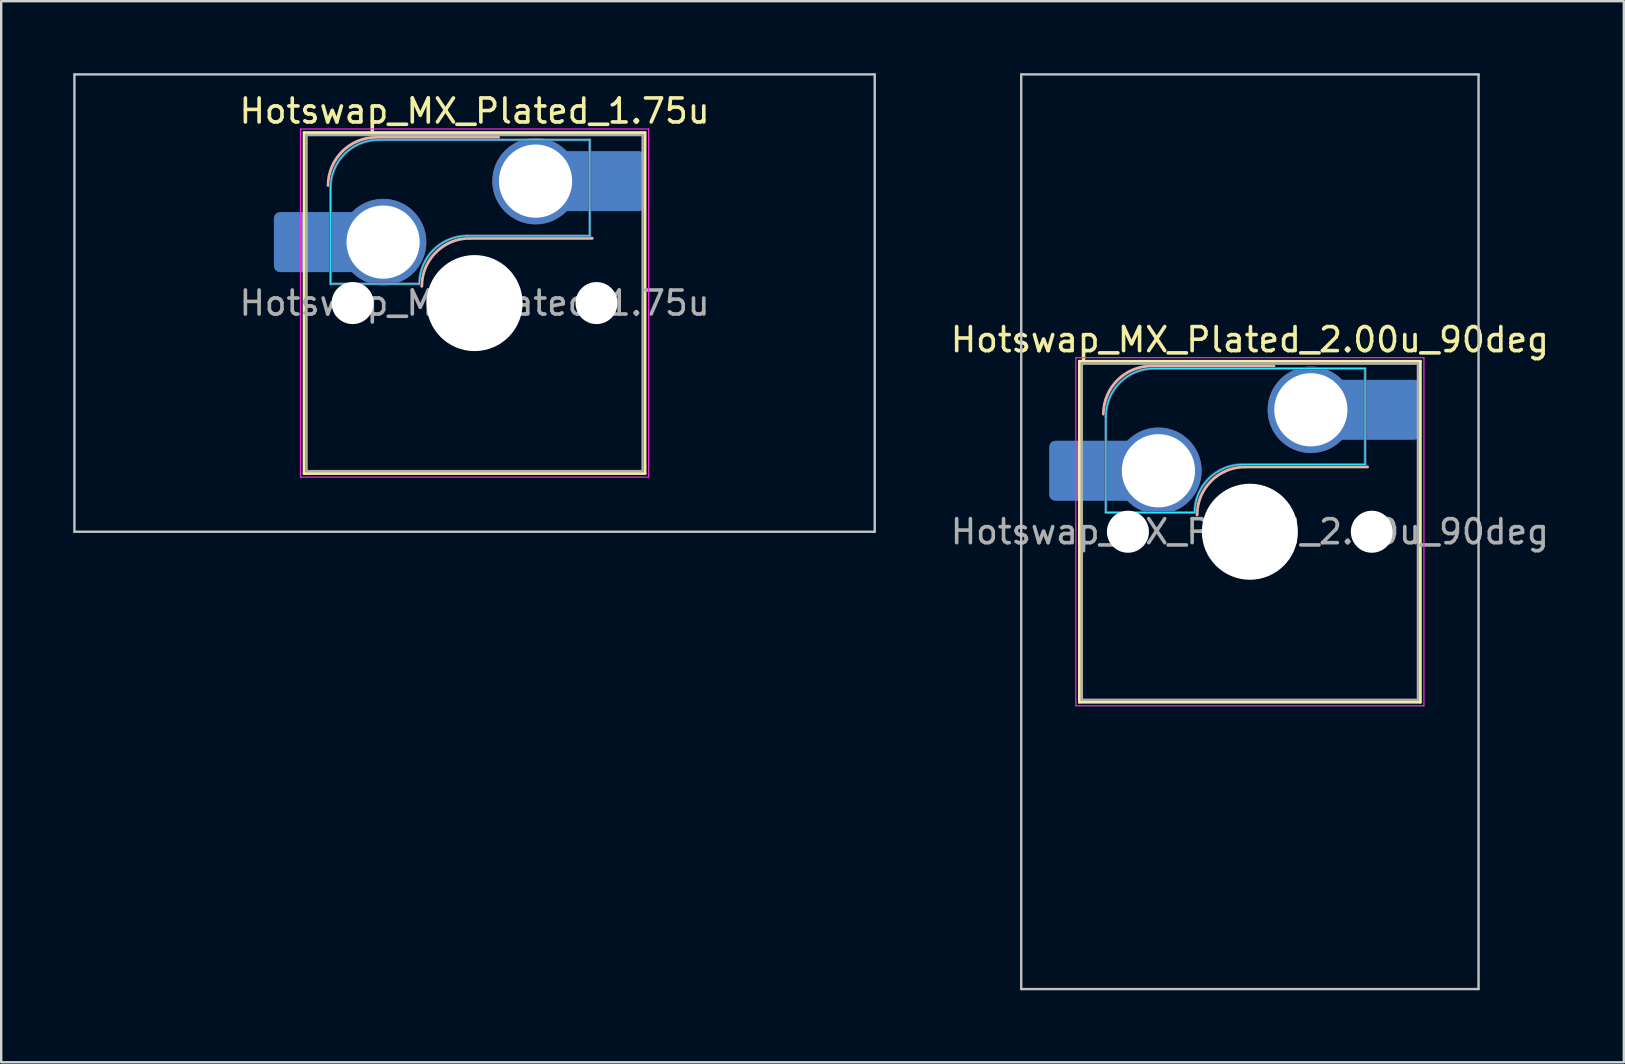
<source format=kicad_pcb>
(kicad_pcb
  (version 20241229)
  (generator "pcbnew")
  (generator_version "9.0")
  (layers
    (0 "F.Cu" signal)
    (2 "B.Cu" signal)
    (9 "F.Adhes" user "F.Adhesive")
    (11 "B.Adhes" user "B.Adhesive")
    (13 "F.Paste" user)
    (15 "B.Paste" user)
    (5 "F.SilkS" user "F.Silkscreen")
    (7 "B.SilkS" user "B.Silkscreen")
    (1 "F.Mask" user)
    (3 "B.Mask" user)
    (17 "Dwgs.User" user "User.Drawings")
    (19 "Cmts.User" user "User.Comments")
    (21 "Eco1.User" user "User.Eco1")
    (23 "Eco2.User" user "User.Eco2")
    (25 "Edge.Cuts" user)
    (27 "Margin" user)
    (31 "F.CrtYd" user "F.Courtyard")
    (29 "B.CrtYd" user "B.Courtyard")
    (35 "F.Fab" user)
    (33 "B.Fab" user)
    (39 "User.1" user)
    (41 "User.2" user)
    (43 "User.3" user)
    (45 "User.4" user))
  (footprint "Hotswap_MX_Plated_2.00u_90deg"
    (layer "F.Cu")
    (at 49.015 19.1)
    (property "Reference" "Hotswap_MX_Plated_2.00u_90deg" (at 0 -8 0) (layer "F.SilkS") (effects (font (size 1 1) (thickness 0.15))))
    (attr smd)
    (fp_line (start -7.1 -7.1) (end -7.1 7.1) (stroke (width 0.12) (type solid)) (layer "F.SilkS"))
    (fp_line (start -7.1 7.1) (end 7.1 7.1) (stroke (width 0.12) (type solid)) (layer "F.SilkS"))
    (fp_line (start 7.1 -7.1) (end -7.1 -7.1) (stroke (width 0.12) (type solid)) (layer "F.SilkS"))
    (fp_line (start 7.1 7.1) (end 7.1 -7.1) (stroke (width 0.12) (type solid)) (layer "F.SilkS"))
    (fp_line (start -4.1 -6.9) (end 1 -6.9) (stroke (width 0.12) (type solid)) (layer "B.SilkS"))
    (fp_line (start -0.2 -2.7) (end 4.9 -2.7) (stroke (width 0.12) (type solid)) (layer "B.SilkS"))
    (fp_arc (start -6.1 -4.9) (mid -5.514214 -6.314214) (end -4.1 -6.9) (stroke (width 0.12) (type solid)) (layer "B.SilkS"))
    (fp_arc (start -2.2 -0.7) (mid -1.614214 -2.114214) (end -0.2 -2.7) (stroke (width 0.12) (type solid)) (layer "B.SilkS"))
    (fp_line (start -9.525 -19.05) (end 9.525 -19.05) (stroke (width 0.1) (type solid)) (layer "Dwgs.User"))
    (fp_line (start -9.525 19.05) (end -9.525 -19.05) (stroke (width 0.1) (type solid)) (layer "Dwgs.User"))
    (fp_line (start 9.525 -19.05) (end 9.525 19.05) (stroke (width 0.1) (type solid)) (layer "Dwgs.User"))
    (fp_line (start 9.525 19.05) (end -9.525 19.05) (stroke (width 0.1) (type solid)) (layer "Dwgs.User"))
    (fp_line (start -7.8 -6) (end -7 -6) (stroke (width 0.1) (type solid)) (layer "Eco1.User"))
    (fp_line (start -7.8 -2.9) (end -7.8 -6) (stroke (width 0.1) (type solid)) (layer "Eco1.User"))
    (fp_line (start -7.8 2.9) (end -7 2.9) (stroke (width 0.1) (type solid)) (layer "Eco1.User"))
    (fp_line (start -7.8 6) (end -7.8 2.9) (stroke (width 0.1) (type solid)) (layer "Eco1.User"))
    (fp_line (start -7 -7) (end 7 -7) (stroke (width 0.1) (type solid)) (layer "Eco1.User"))
    (fp_line (start -7 -6) (end -7 -7) (stroke (width 0.1) (type solid)) (layer "Eco1.User"))
    (fp_line (start -7 -2.9) (end -7.8 -2.9) (stroke (width 0.1) (type solid)) (layer "Eco1.User"))
    (fp_line (start -7 2.9) (end -7 -2.9) (stroke (width 0.1) (type solid)) (layer "Eco1.User"))
    (fp_line (start -7 6) (end -7.8 6) (stroke (width 0.1) (type solid)) (layer "Eco1.User"))
    (fp_line (start -7 7) (end -7 6) (stroke (width 0.1) (type solid)) (layer "Eco1.User"))
    (fp_line (start 7 -7) (end 7 -6) (stroke (width 0.1) (type solid)) (layer "Eco1.User"))
    (fp_line (start 7 -6) (end 7.8 -6) (stroke (width 0.1) (type solid)) (layer "Eco1.User"))
    (fp_line (start 7 -2.9) (end 7 2.9) (stroke (width 0.1) (type solid)) (layer "Eco1.User"))
    (fp_line (start 7 2.9) (end 7.8 2.9) (stroke (width 0.1) (type solid)) (layer "Eco1.User"))
    (fp_line (start 7 6) (end 7 7) (stroke (width 0.1) (type solid)) (layer "Eco1.User"))
    (fp_line (start 7 7) (end -7 7) (stroke (width 0.1) (type solid)) (layer "Eco1.User"))
    (fp_line (start 7.8 -6) (end 7.8 -2.9) (stroke (width 0.1) (type solid)) (layer "Eco1.User"))
    (fp_line (start 7.8 -2.9) (end 7 -2.9) (stroke (width 0.1) (type solid)) (layer "Eco1.User"))
    (fp_line (start 7.8 2.9) (end 7.8 6) (stroke (width 0.1) (type solid)) (layer "Eco1.User"))
    (fp_line (start 7.8 6) (end 7 6) (stroke (width 0.1) (type solid)) (layer "Eco1.User"))
    (fp_line (start -6 -0.8) (end -6 -4.8) (stroke (width 0.05) (type solid)) (layer "B.CrtYd"))
    (fp_line (start -6 -0.8) (end -2.3 -0.8) (stroke (width 0.05) (type solid)) (layer "B.CrtYd"))
    (fp_line (start -4 -6.8) (end 4.8 -6.8) (stroke (width 0.05) (type solid)) (layer "B.CrtYd"))
    (fp_line (start -0.3 -2.8) (end 4.8 -2.8) (stroke (width 0.05) (type solid)) (layer "B.CrtYd"))
    (fp_line (start 4.8 -6.8) (end 4.8 -2.8) (stroke (width 0.05) (type solid)) (layer "B.CrtYd"))
    (fp_arc (start -6 -4.8) (mid -5.414214 -6.214214) (end -4 -6.8) (stroke (width 0.05) (type solid)) (layer "B.CrtYd"))
    (fp_arc (start -2.3 -0.8) (mid -1.714214 -2.214214) (end -0.3 -2.8) (stroke (width 0.05) (type solid)) (layer "B.CrtYd"))
    (fp_line (start -7.25 -7.25) (end -7.25 7.25) (stroke (width 0.05) (type solid)) (layer "F.CrtYd"))
    (fp_line (start -7.25 7.25) (end 7.25 7.25) (stroke (width 0.05) (type solid)) (layer "F.CrtYd"))
    (fp_line (start 7.25 -7.25) (end -7.25 -7.25) (stroke (width 0.05) (type solid)) (layer "F.CrtYd"))
    (fp_line (start 7.25 7.25) (end 7.25 -7.25) (stroke (width 0.05) (type solid)) (layer "F.CrtYd"))
    (fp_line (start -6 -0.8) (end -6 -4.8) (stroke (width 0.12) (type solid)) (layer "B.Fab"))
    (fp_line (start -6 -0.8) (end -2.3 -0.8) (stroke (width 0.12) (type solid)) (layer "B.Fab"))
    (fp_line (start -4 -6.8) (end 4.8 -6.8) (stroke (width 0.12) (type solid)) (layer "B.Fab"))
    (fp_line (start -0.3 -2.8) (end 4.8 -2.8) (stroke (width 0.12) (type solid)) (layer "B.Fab"))
    (fp_line (start 4.8 -6.8) (end 4.8 -2.8) (stroke (width 0.12) (type solid)) (layer "B.Fab"))
    (fp_arc (start -6 -4.8) (mid -5.414214 -6.214214) (end -4 -6.8) (stroke (width 0.12) (type solid)) (layer "B.Fab"))
    (fp_arc (start -2.3 -0.8) (mid -1.714214 -2.214214) (end -0.3 -2.8) (stroke (width 0.12) (type solid)) (layer "B.Fab"))
    (fp_line (start -7 -7) (end -7 7) (stroke (width 0.1) (type solid)) (layer "F.Fab"))
    (fp_line (start -7 7) (end 7 7) (stroke (width 0.1) (type solid)) (layer "F.Fab"))
    (fp_line (start 7 -7) (end -7 -7) (stroke (width 0.1) (type solid)) (layer "F.Fab"))
    (fp_line (start 7 7) (end 7 -7) (stroke (width 0.1) (type solid)) (layer "F.Fab"))
    (fp_text user "${REFERENCE}" (at 0 0 0) (layer "F.Fab") (effects (font (size 1 1) (thickness 0.15))))
    (pad "" smd roundrect (at -7.085 -2.54) (size 2.55 2.5) (layers "B.Mask" "B.Paste") (roundrect_rratio 0.1))
    (pad "" np_thru_hole circle (at -5.08 0) (size 1.75 1.75) (drill 1.75) (layers "*.Cu" "*.Mask"))
    (pad "" np_thru_hole circle (at 0 0) (size 4 4) (drill 4) (layers "*.Cu" "*.Mask"))
    (pad "" np_thru_hole circle (at 5.08 0) (size 1.75 1.75) (drill 1.75) (layers "*.Cu" "*.Mask"))
    (pad "" smd roundrect (at 5.842 -5.08) (size 2.55 2.5) (layers "B.Mask" "B.Paste") (roundrect_rratio 0.1))
    (pad "1" smd roundrect (at -6.585 -2.54) (size 3.55 2.5) (layers "B.Cu") (roundrect_rratio 0.1))
    (pad "1" thru_hole circle (at -3.81 -2.54) (size 3.6 3.6) (drill 3.05) (layers "*.Cu" "*.Mask"))
    (pad "2" thru_hole circle (at 2.54 -5.08) (size 3.6 3.6) (drill 3.05) (layers "*.Cu" "*.Mask"))
    (pad "2" smd roundrect (at 5.32 -5.08) (size 3.55 2.5) (layers "B.Cu") (roundrect_rratio 0.1)))
  (footprint "Hotswap_MX_Plated_1.75u"
    (layer "F.Cu")
    (at 16.719 9.575)
    (property "Reference" "Hotswap_MX_Plated_1.75u" (at 0 -8 0) (layer "F.SilkS") (effects (font (size 1 1) (thickness 0.15))))
    (attr smd)
    (fp_line (start -7.1 -7.1) (end -7.1 7.1) (stroke (width 0.12) (type solid)) (layer "F.SilkS"))
    (fp_line (start -7.1 7.1) (end 7.1 7.1) (stroke (width 0.12) (type solid)) (layer "F.SilkS"))
    (fp_line (start 7.1 -7.1) (end -7.1 -7.1) (stroke (width 0.12) (type solid)) (layer "F.SilkS"))
    (fp_line (start 7.1 7.1) (end 7.1 -7.1) (stroke (width 0.12) (type solid)) (layer "F.SilkS"))
    (fp_line (start -4.1 -6.9) (end 1 -6.9) (stroke (width 0.12) (type solid)) (layer "B.SilkS"))
    (fp_line (start -0.2 -2.7) (end 4.9 -2.7) (stroke (width 0.12) (type solid)) (layer "B.SilkS"))
    (fp_arc (start -6.1 -4.9) (mid -5.514214 -6.314214) (end -4.1 -6.9) (stroke (width 0.12) (type solid)) (layer "B.SilkS"))
    (fp_arc (start -2.2 -0.7) (mid -1.614214 -2.114214) (end -0.2 -2.7) (stroke (width 0.12) (type solid)) (layer "B.SilkS"))
    (fp_line (start -16.669 -9.525) (end -16.669 9.525) (stroke (width 0.1) (type solid)) (layer "Dwgs.User"))
    (fp_line (start -16.669 9.525) (end 16.669 9.525) (stroke (width 0.1) (type solid)) (layer "Dwgs.User"))
    (fp_line (start 16.669 -9.525) (end -16.669 -9.525) (stroke (width 0.1) (type solid)) (layer "Dwgs.User"))
    (fp_line (start 16.669 9.525) (end 16.669 -9.525) (stroke (width 0.1) (type solid)) (layer "Dwgs.User"))
    (fp_line (start -7.8 -6) (end -7 -6) (stroke (width 0.1) (type solid)) (layer "Eco1.User"))
    (fp_line (start -7.8 -2.9) (end -7.8 -6) (stroke (width 0.1) (type solid)) (layer "Eco1.User"))
    (fp_line (start -7.8 2.9) (end -7 2.9) (stroke (width 0.1) (type solid)) (layer "Eco1.User"))
    (fp_line (start -7.8 6) (end -7.8 2.9) (stroke (width 0.1) (type solid)) (layer "Eco1.User"))
    (fp_line (start -7 -7) (end 7 -7) (stroke (width 0.1) (type solid)) (layer "Eco1.User"))
    (fp_line (start -7 -6) (end -7 -7) (stroke (width 0.1) (type solid)) (layer "Eco1.User"))
    (fp_line (start -7 -2.9) (end -7.8 -2.9) (stroke (width 0.1) (type solid)) (layer "Eco1.User"))
    (fp_line (start -7 2.9) (end -7 -2.9) (stroke (width 0.1) (type solid)) (layer "Eco1.User"))
    (fp_line (start -7 6) (end -7.8 6) (stroke (width 0.1) (type solid)) (layer "Eco1.User"))
    (fp_line (start -7 7) (end -7 6) (stroke (width 0.1) (type solid)) (layer "Eco1.User"))
    (fp_line (start 7 -7) (end 7 -6) (stroke (width 0.1) (type solid)) (layer "Eco1.User"))
    (fp_line (start 7 -6) (end 7.8 -6) (stroke (width 0.1) (type solid)) (layer "Eco1.User"))
    (fp_line (start 7 -2.9) (end 7 2.9) (stroke (width 0.1) (type solid)) (layer "Eco1.User"))
    (fp_line (start 7 2.9) (end 7.8 2.9) (stroke (width 0.1) (type solid)) (layer "Eco1.User"))
    (fp_line (start 7 6) (end 7 7) (stroke (width 0.1) (type solid)) (layer "Eco1.User"))
    (fp_line (start 7 7) (end -7 7) (stroke (width 0.1) (type solid)) (layer "Eco1.User"))
    (fp_line (start 7.8 -6) (end 7.8 -2.9) (stroke (width 0.1) (type solid)) (layer "Eco1.User"))
    (fp_line (start 7.8 -2.9) (end 7 -2.9) (stroke (width 0.1) (type solid)) (layer "Eco1.User"))
    (fp_line (start 7.8 2.9) (end 7.8 6) (stroke (width 0.1) (type solid)) (layer "Eco1.User"))
    (fp_line (start 7.8 6) (end 7 6) (stroke (width 0.1) (type solid)) (layer "Eco1.User"))
    (fp_line (start -6 -0.8) (end -6 -4.8) (stroke (width 0.05) (type solid)) (layer "B.CrtYd"))
    (fp_line (start -6 -0.8) (end -2.3 -0.8) (stroke (width 0.05) (type solid)) (layer "B.CrtYd"))
    (fp_line (start -4 -6.8) (end 4.8 -6.8) (stroke (width 0.05) (type solid)) (layer "B.CrtYd"))
    (fp_line (start -0.3 -2.8) (end 4.8 -2.8) (stroke (width 0.05) (type solid)) (layer "B.CrtYd"))
    (fp_line (start 4.8 -6.8) (end 4.8 -2.8) (stroke (width 0.05) (type solid)) (layer "B.CrtYd"))
    (fp_arc (start -6 -4.8) (mid -5.414214 -6.214214) (end -4 -6.8) (stroke (width 0.05) (type solid)) (layer "B.CrtYd"))
    (fp_arc (start -2.3 -0.8) (mid -1.714214 -2.214214) (end -0.3 -2.8) (stroke (width 0.05) (type solid)) (layer "B.CrtYd"))
    (fp_line (start -7.25 -7.25) (end -7.25 7.25) (stroke (width 0.05) (type solid)) (layer "F.CrtYd"))
    (fp_line (start -7.25 7.25) (end 7.25 7.25) (stroke (width 0.05) (type solid)) (layer "F.CrtYd"))
    (fp_line (start 7.25 -7.25) (end -7.25 -7.25) (stroke (width 0.05) (type solid)) (layer "F.CrtYd"))
    (fp_line (start 7.25 7.25) (end 7.25 -7.25) (stroke (width 0.05) (type solid)) (layer "F.CrtYd"))
    (fp_line (start -6 -0.8) (end -6 -4.8) (stroke (width 0.12) (type solid)) (layer "B.Fab"))
    (fp_line (start -6 -0.8) (end -2.3 -0.8) (stroke (width 0.12) (type solid)) (layer "B.Fab"))
    (fp_line (start -4 -6.8) (end 4.8 -6.8) (stroke (width 0.12) (type solid)) (layer "B.Fab"))
    (fp_line (start -0.3 -2.8) (end 4.8 -2.8) (stroke (width 0.12) (type solid)) (layer "B.Fab"))
    (fp_line (start 4.8 -6.8) (end 4.8 -2.8) (stroke (width 0.12) (type solid)) (layer "B.Fab"))
    (fp_arc (start -6 -4.8) (mid -5.414214 -6.214214) (end -4 -6.8) (stroke (width 0.12) (type solid)) (layer "B.Fab"))
    (fp_arc (start -2.3 -0.8) (mid -1.714214 -2.214214) (end -0.3 -2.8) (stroke (width 0.12) (type solid)) (layer "B.Fab"))
    (fp_line (start -7 -7) (end -7 7) (stroke (width 0.1) (type solid)) (layer "F.Fab"))
    (fp_line (start -7 7) (end 7 7) (stroke (width 0.1) (type solid)) (layer "F.Fab"))
    (fp_line (start 7 -7) (end -7 -7) (stroke (width 0.1) (type solid)) (layer "F.Fab"))
    (fp_line (start 7 7) (end 7 -7) (stroke (width 0.1) (type solid)) (layer "F.Fab"))
    (fp_text user "${REFERENCE}" (at 0 0 0) (layer "F.Fab") (effects (font (size 1 1) (thickness 0.15))))
    (pad "" smd roundrect (at -7.085 -2.54) (size 2.55 2.5) (layers "B.Mask" "B.Paste") (roundrect_rratio 0.1))
    (pad "" np_thru_hole circle (at -5.08 0) (size 1.75 1.75) (drill 1.75) (layers "*.Cu" "*.Mask"))
    (pad "" np_thru_hole circle (at 0 0) (size 4 4) (drill 4) (layers "*.Cu" "*.Mask"))
    (pad "" np_thru_hole circle (at 5.08 0) (size 1.75 1.75) (drill 1.75) (layers "*.Cu" "*.Mask"))
    (pad "" smd roundrect (at 5.842 -5.08) (size 2.55 2.5) (layers "B.Mask" "B.Paste") (roundrect_rratio 0.1))
    (pad "1" smd roundrect (at -6.585 -2.54) (size 3.55 2.5) (layers "B.Cu") (roundrect_rratio 0.1))
    (pad "1" thru_hole circle (at -3.81 -2.54) (size 3.6 3.6) (drill 3.05) (layers "*.Cu" "*.Mask"))
    (pad "2" thru_hole circle (at 2.54 -5.08) (size 3.6 3.6) (drill 3.05) (layers "*.Cu" "*.Mask"))
    (pad "2" smd roundrect (at 5.32 -5.08) (size 3.55 2.5) (layers "B.Cu") (roundrect_rratio 0.1)))
  (gr_rect
    (start -3 -3)
    (end 64.592 41.2)
    (stroke (width 0.1) (type default))
    (fill no)
    (layer "Edge.Cuts")))
</source>
